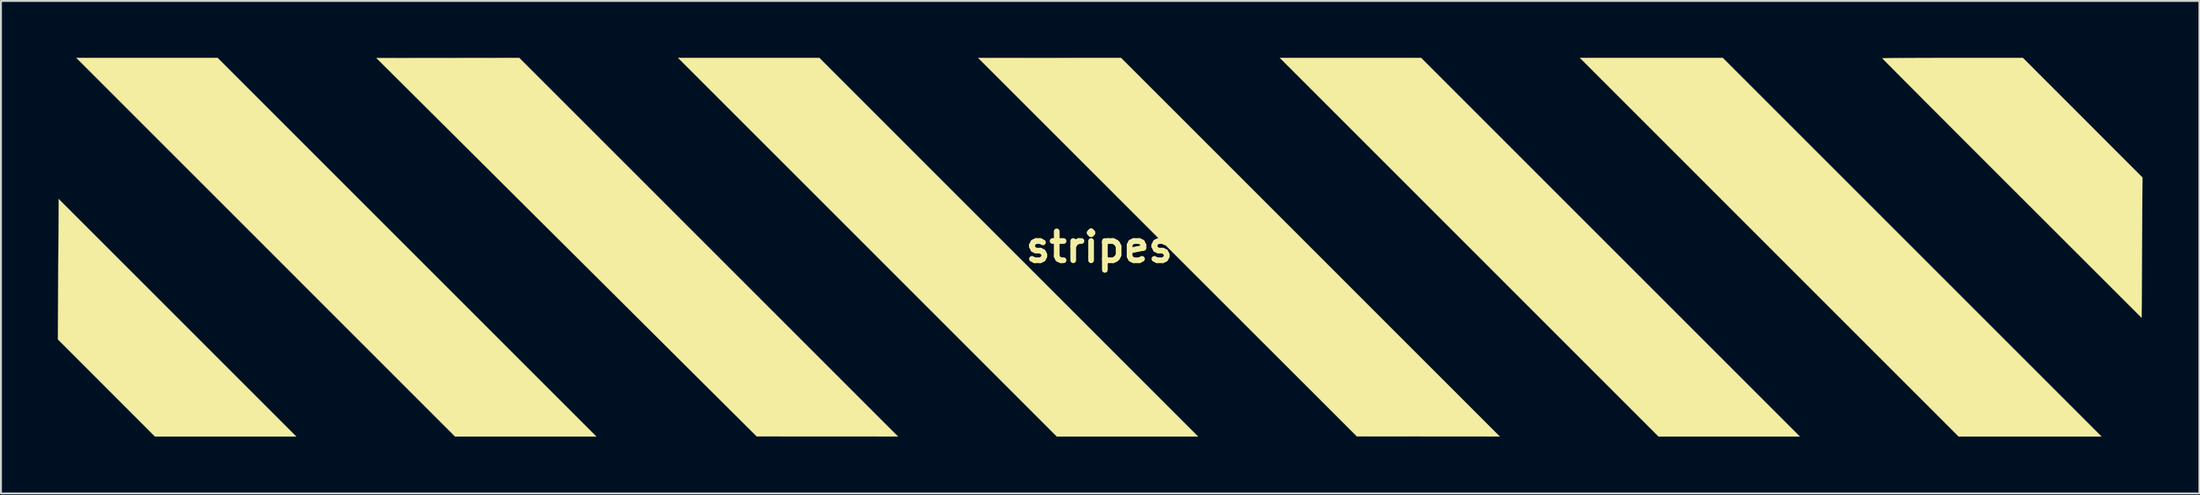
<source format=kicad_pcb>
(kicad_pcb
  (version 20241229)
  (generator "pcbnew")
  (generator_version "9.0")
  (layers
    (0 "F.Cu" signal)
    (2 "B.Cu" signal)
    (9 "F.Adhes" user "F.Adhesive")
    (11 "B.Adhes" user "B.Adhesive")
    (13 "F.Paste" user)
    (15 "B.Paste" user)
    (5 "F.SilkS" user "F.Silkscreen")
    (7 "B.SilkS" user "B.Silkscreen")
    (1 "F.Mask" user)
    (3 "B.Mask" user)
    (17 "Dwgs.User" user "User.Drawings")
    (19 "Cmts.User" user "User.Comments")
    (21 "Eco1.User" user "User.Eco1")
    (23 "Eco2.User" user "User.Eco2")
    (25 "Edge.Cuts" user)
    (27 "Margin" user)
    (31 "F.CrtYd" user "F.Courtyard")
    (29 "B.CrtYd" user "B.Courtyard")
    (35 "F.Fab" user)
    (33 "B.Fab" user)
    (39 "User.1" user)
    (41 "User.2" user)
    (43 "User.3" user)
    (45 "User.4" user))
  (footprint "stripes"
    (layer "F.Cu")
    (at 54.955 9.996)
    (property "Reference" "stripes" (at 0 0 0) (layer "F.SilkS") (effects (font (size 1.524 1.524) (thickness 0.3))))
    (attr through_hole)
    (fp_poly (pts (xy -36.534 0) (xy -26.543 9.991) (xy -33.994 9.991) (xy -43.984 0) (xy -53.975 -9.991) (xy -46.524 -9.991) (xy -36.534 0)) (stroke (width 0.01) (type solid)) (fill yes) (layer "F.SilkS"))
    (fp_poly (pts (xy -4.784 0) (xy 5.207 9.991) (xy -2.244 9.991) (xy -12.234 0) (xy -22.225 -9.991) (xy -14.774 -9.991) (xy -4.784 0)) (stroke (width 0.01) (type solid)) (fill yes) (layer "F.SilkS"))
    (fp_poly (pts (xy 26.966 0) (xy 36.957 9.991) (xy 29.506 9.991) (xy 19.516 0) (xy 9.525 -9.991) (xy 16.976 -9.991) (xy 26.966 0)) (stroke (width 0.01) (type solid)) (fill yes) (layer "F.SilkS"))
    (fp_poly (pts (xy 42.884 0) (xy 52.874 9.991) (xy 45.339 9.991) (xy 35.348 0) (xy 25.358 -9.991) (xy 32.893 -9.991) (xy 42.884 0)) (stroke (width 0.01) (type solid)) (fill yes) (layer "F.SilkS"))
    (fp_poly (pts (xy -48.641 3.725) (xy -42.376 9.991) (xy -49.827 9.991) (xy -52.389 7.428) (xy -54.95 4.865) (xy -54.928 1.163) (xy -54.906 -2.54) (xy -48.641 3.725)) (stroke (width 0.01) (type solid)) (fill yes) (layer "F.SilkS"))
    (fp_poly (pts (xy -20.616 0) (xy -10.626 9.991) (xy -14.351 9.989) (xy -18.076 9.987) (xy -28.109 0.003) (xy -38.142 -9.982) (xy -34.375 -9.986) (xy -30.607 -9.991) (xy -20.616 0)) (stroke (width 0.01) (type solid)) (fill yes) (layer "F.SilkS"))
    (fp_poly (pts (xy 11.134 0) (xy 21.124 9.991) (xy 17.357 9.988) (xy 13.589 9.985) (xy 3.598 -0.001) (xy -6.392 -9.988) (xy -2.625 -9.989) (xy 1.143 -9.991) (xy 11.134 0)) (stroke (width 0.01) (type solid)) (fill yes) (layer "F.SilkS"))
    (fp_poly (pts (xy 51.881 -6.836) (xy 55.035 -3.68) (xy 55.013 0.021) (xy 54.991 3.722) (xy 48.154 -3.109) (xy 47.26 -4.003) (xy 46.4 -4.863) (xy 45.581 -5.682) (xy 44.812 -6.452) (xy 44.099 -7.166) (xy 43.45 -7.816) (xy 42.874 -8.395) (xy 42.376 -8.894) (xy 41.965 -9.308) (xy 41.648 -9.627) (xy 41.433 -9.845) (xy 41.327 -9.954) (xy 41.317 -9.966) (xy 41.399 -9.971) (xy 41.633 -9.976) (xy 42.002 -9.98) (xy 42.489 -9.984) (xy 43.077 -9.987) (xy 43.748 -9.989) (xy 44.486 -9.99) (xy 45.022 -9.991) (xy 48.727 -9.991) (xy 51.881 -6.836)) (stroke (width 0.01) (type solid)) (fill yes) (layer "F.SilkS")))
  (gr_rect
    (start -3 -3)
    (end 112.996 22.991)
    (stroke (width 0.1) (type default))
    (fill no)
    (layer "Edge.Cuts")))
</source>
